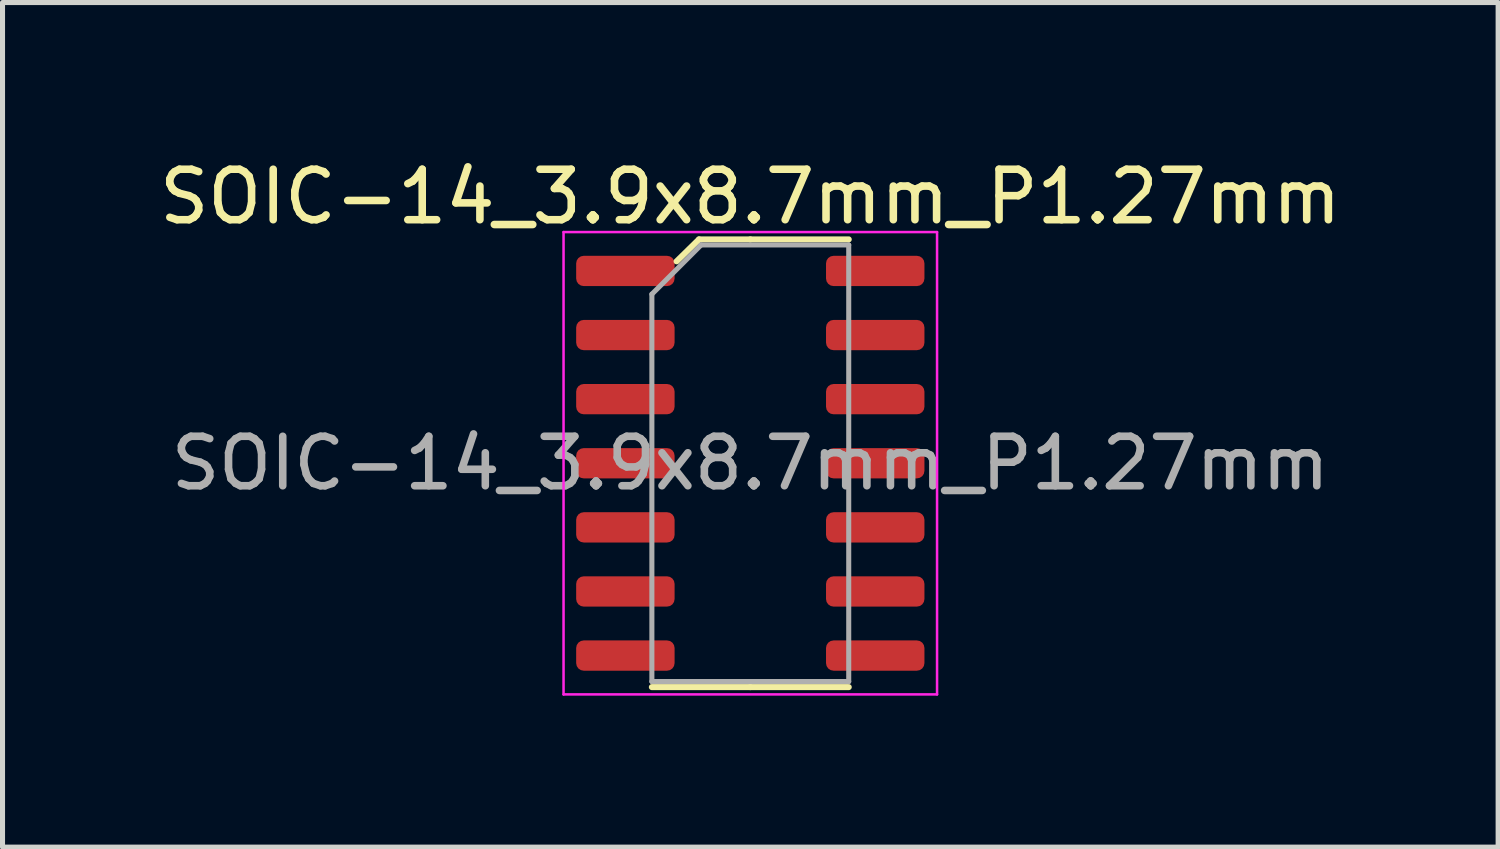
<source format=kicad_pcb>
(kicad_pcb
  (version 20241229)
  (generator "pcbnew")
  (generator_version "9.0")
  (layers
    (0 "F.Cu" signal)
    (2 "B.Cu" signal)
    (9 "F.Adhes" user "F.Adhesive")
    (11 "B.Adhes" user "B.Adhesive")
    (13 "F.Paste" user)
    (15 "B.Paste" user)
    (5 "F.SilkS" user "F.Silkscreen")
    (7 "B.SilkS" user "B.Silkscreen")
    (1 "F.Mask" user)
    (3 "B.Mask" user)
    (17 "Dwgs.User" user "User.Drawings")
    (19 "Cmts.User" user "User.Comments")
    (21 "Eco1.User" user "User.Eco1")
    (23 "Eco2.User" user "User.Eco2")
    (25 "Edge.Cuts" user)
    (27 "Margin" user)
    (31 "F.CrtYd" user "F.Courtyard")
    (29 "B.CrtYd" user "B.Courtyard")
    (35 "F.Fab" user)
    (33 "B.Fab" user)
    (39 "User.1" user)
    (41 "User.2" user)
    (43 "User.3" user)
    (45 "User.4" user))
  (footprint "SOIC-14_3.9x8.7mm_P1.27mm"
    (layer "F.Cu")
    (at 11.815 6.128)
    (property "Reference" "SOIC-14_3.9x8.7mm_P1.27mm" (at 0 -5.28 0) (layer "F.SilkS") (effects (font (size 1 1) (thickness 0.15))))
    (attr smd)
    (fp_line (start -1.016 -4.435) (end -1.46 -4) (stroke (width 0.12) (type solid)) (layer "F.SilkS"))
    (fp_line (start 0 -4.435) (end -1.016 -4.435) (stroke (width 0.12) (type solid)) (layer "F.SilkS"))
    (fp_line (start 0 -4.435) (end 1.95 -4.435) (stroke (width 0.12) (type solid)) (layer "F.SilkS"))
    (fp_line (start 0 4.435) (end -1.95 4.435) (stroke (width 0.12) (type solid)) (layer "F.SilkS"))
    (fp_line (start 0 4.435) (end 1.95 4.435) (stroke (width 0.12) (type solid)) (layer "F.SilkS"))
    (fp_line (start -3.7 -4.58) (end -3.7 4.58) (stroke (width 0.05) (type solid)) (layer "F.CrtYd"))
    (fp_line (start -3.7 4.58) (end 3.7 4.58) (stroke (width 0.05) (type solid)) (layer "F.CrtYd"))
    (fp_line (start 3.7 -4.58) (end -3.7 -4.58) (stroke (width 0.05) (type solid)) (layer "F.CrtYd"))
    (fp_line (start 3.7 4.58) (end 3.7 -4.58) (stroke (width 0.05) (type solid)) (layer "F.CrtYd"))
    (fp_line (start -1.95 -3.35) (end -0.975 -4.325) (stroke (width 0.1) (type solid)) (layer "F.Fab"))
    (fp_line (start -1.95 4.325) (end -1.95 -3.35) (stroke (width 0.1) (type solid)) (layer "F.Fab"))
    (fp_line (start -0.975 -4.325) (end 1.95 -4.325) (stroke (width 0.1) (type solid)) (layer "F.Fab"))
    (fp_line (start 1.95 -4.325) (end 1.95 4.325) (stroke (width 0.1) (type solid)) (layer "F.Fab"))
    (fp_line (start 1.95 4.325) (end -1.95 4.325) (stroke (width 0.1) (type solid)) (layer "F.Fab"))
    (fp_text user "${REFERENCE}" (at 0 0 0) (layer "F.Fab") (effects (font (size 0.98 0.98) (thickness 0.15))))
    (pad "1" smd roundrect (at -2.475 -3.81) (size 1.95 0.6) (layers "F.Cu" "F.Mask" "F.Paste") (roundrect_rratio 0.25))
    (pad "2" smd roundrect (at -2.475 -2.54) (size 1.95 0.6) (layers "F.Cu" "F.Mask" "F.Paste") (roundrect_rratio 0.25))
    (pad "3" smd roundrect (at -2.475 -1.27) (size 1.95 0.6) (layers "F.Cu" "F.Mask" "F.Paste") (roundrect_rratio 0.25))
    (pad "4" smd roundrect (at -2.475 0) (size 1.95 0.6) (layers "F.Cu" "F.Mask" "F.Paste") (roundrect_rratio 0.25))
    (pad "5" smd roundrect (at -2.475 1.27) (size 1.95 0.6) (layers "F.Cu" "F.Mask" "F.Paste") (roundrect_rratio 0.25))
    (pad "6" smd roundrect (at -2.475 2.54) (size 1.95 0.6) (layers "F.Cu" "F.Mask" "F.Paste") (roundrect_rratio 0.25))
    (pad "7" smd roundrect (at -2.475 3.81) (size 1.95 0.6) (layers "F.Cu" "F.Mask" "F.Paste") (roundrect_rratio 0.25))
    (pad "8" smd roundrect (at 2.475 3.81) (size 1.95 0.6) (layers "F.Cu" "F.Mask" "F.Paste") (roundrect_rratio 0.25))
    (pad "9" smd roundrect (at 2.475 2.54) (size 1.95 0.6) (layers "F.Cu" "F.Mask" "F.Paste") (roundrect_rratio 0.25))
    (pad "10" smd roundrect (at 2.475 1.27) (size 1.95 0.6) (layers "F.Cu" "F.Mask" "F.Paste") (roundrect_rratio 0.25))
    (pad "11" smd roundrect (at 2.475 0) (size 1.95 0.6) (layers "F.Cu" "F.Mask" "F.Paste") (roundrect_rratio 0.25))
    (pad "12" smd roundrect (at 2.475 -1.27) (size 1.95 0.6) (layers "F.Cu" "F.Mask" "F.Paste") (roundrect_rratio 0.25))
    (pad "13" smd roundrect (at 2.475 -2.54) (size 1.95 0.6) (layers "F.Cu" "F.Mask" "F.Paste") (roundrect_rratio 0.25))
    (pad "14" smd roundrect (at 2.475 -3.81) (size 1.95 0.6) (layers "F.Cu" "F.Mask" "F.Paste") (roundrect_rratio 0.25)))
  (gr_rect
    (start -3 -3)
    (end 26.631 13.733)
    (stroke (width 0.1) (type default))
    (fill no)
    (layer "Edge.Cuts")))
</source>
